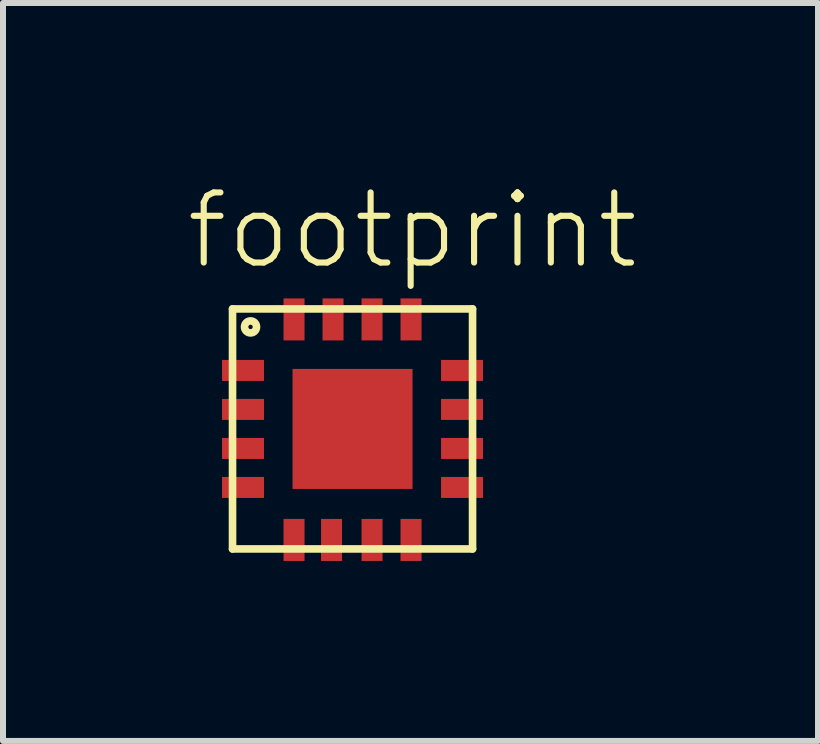
<source format=kicad_pcb>
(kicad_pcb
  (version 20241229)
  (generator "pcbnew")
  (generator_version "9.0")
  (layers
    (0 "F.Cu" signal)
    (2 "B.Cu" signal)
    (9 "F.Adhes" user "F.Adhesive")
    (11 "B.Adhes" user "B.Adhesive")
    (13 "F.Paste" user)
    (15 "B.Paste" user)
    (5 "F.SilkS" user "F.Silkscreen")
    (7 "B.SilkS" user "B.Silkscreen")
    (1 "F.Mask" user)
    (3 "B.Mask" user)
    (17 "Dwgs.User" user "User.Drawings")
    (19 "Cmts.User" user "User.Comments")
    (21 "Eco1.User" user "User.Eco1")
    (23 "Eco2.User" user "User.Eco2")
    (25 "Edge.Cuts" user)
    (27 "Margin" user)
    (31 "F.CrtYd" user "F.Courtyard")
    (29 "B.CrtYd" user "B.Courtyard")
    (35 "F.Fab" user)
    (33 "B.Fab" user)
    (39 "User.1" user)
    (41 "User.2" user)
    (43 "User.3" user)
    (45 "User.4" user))
  (footprint "footprint"
    (layer "F.Cu")
    (at 2.825 4.098)
    (property "Reference" "footprint" (at -2.825 -2.625 0) (layer "F.SilkS") (effects (font (size 1.168 1.168) (thickness 0.102)) (justify left bottom)))
    (fp_poly (pts (xy -1 1) (xy 1 1) (xy 1 -1) (xy -1 -1)) (stroke (width 0) (type solid)) (fill yes) (layer "F.Cu"))
    (fp_poly (pts (xy -1 1) (xy 1 1) (xy 1 -1) (xy -1 -1)) (stroke (width 0) (type solid)) (fill yes) (layer "F.Mask"))
    (fp_line (start -2 -2) (end -2 2) (stroke (width 0.127) (type solid)) (layer "F.SilkS"))
    (fp_line (start -2 2) (end 2 2) (stroke (width 0.127) (type solid)) (layer "F.SilkS"))
    (fp_line (start 2 -2) (end -2 -2) (stroke (width 0.127) (type solid)) (layer "F.SilkS"))
    (fp_line (start 2 2) (end 2 -2) (stroke (width 0.127) (type solid)) (layer "F.SilkS"))
    (fp_circle (center -1.7 -1.7) (end -1.6 -1.7) (stroke (width 0.127) (type solid)) (fill no) (layer "F.SilkS"))
    (fp_poly (pts (xy -1 -0.3) (xy -0.3 -0.3) (xy -0.3 -1) (xy -1 -1)) (stroke (width 0) (type solid)) (fill yes) (layer "F.Paste"))
    (fp_poly (pts (xy -1 1) (xy -0.3 1) (xy -0.3 0.3) (xy -1 0.3)) (stroke (width 0) (type solid)) (fill yes) (layer "F.Paste"))
    (fp_poly (pts (xy 0.3 -0.3) (xy 1 -0.3) (xy 1 -1) (xy 0.3 -1)) (stroke (width 0) (type solid)) (fill yes) (layer "F.Paste"))
    (fp_poly (pts (xy 0.3 1) (xy 1 1) (xy 1 0.3) (xy 0.3 0.3)) (stroke (width 0) (type solid)) (fill yes) (layer "F.Paste"))
    (pad "1" smd rect (at -1.825 -0.975) (size 0.7 0.35) (layers "F.Cu" "F.Mask" "F.Paste"))
    (pad "2" smd rect (at -1.825 -0.325) (size 0.7 0.35) (layers "F.Cu" "F.Mask" "F.Paste"))
    (pad "3" smd rect (at -1.825 0.325) (size 0.7 0.35) (layers "F.Cu" "F.Mask" "F.Paste"))
    (pad "4" smd rect (at -1.825 0.975) (size 0.7 0.35) (layers "F.Cu" "F.Mask" "F.Paste"))
    (pad "5" smd rect (at -0.975 1.85 90) (size 0.7 0.35) (layers "F.Cu" "F.Mask" "F.Paste"))
    (pad "6" smd rect (at -0.35 1.85 90) (size 0.7 0.35) (layers "F.Cu" "F.Mask" "F.Paste"))
    (pad "7" smd rect (at 0.325 1.85 90) (size 0.7 0.35) (layers "F.Cu" "F.Mask" "F.Paste"))
    (pad "8" smd rect (at 0.975 1.85 90) (size 0.7 0.35) (layers "F.Cu" "F.Mask" "F.Paste"))
    (pad "9" smd rect (at 1.825 0.975 180) (size 0.7 0.35) (layers "F.Cu" "F.Mask" "F.Paste"))
    (pad "10" smd rect (at 1.825 0.325 180) (size 0.7 0.35) (layers "F.Cu" "F.Mask" "F.Paste"))
    (pad "11" smd rect (at 1.825 -0.325 180) (size 0.7 0.35) (layers "F.Cu" "F.Mask" "F.Paste"))
    (pad "12" smd rect (at 1.825 -0.975 180) (size 0.7 0.35) (layers "F.Cu" "F.Mask" "F.Paste"))
    (pad "13" smd rect (at 0.975 -1.825 270) (size 0.7 0.35) (layers "F.Cu" "F.Mask" "F.Paste"))
    (pad "14" smd rect (at 0.325 -1.825 270) (size 0.7 0.35) (layers "F.Cu" "F.Mask" "F.Paste"))
    (pad "15" smd rect (at -0.325 -1.825 270) (size 0.7 0.35) (layers "F.Cu" "F.Mask" "F.Paste"))
    (pad "16" smd rect (at -0.975 -1.825 270) (size 0.7 0.35) (layers "F.Cu" "F.Mask" "F.Paste")))
  (gr_rect
    (start -3 -3)
    (end 10.582 9.298)
    (stroke (width 0.1) (type default))
    (fill no)
    (layer "Edge.Cuts")))
</source>
